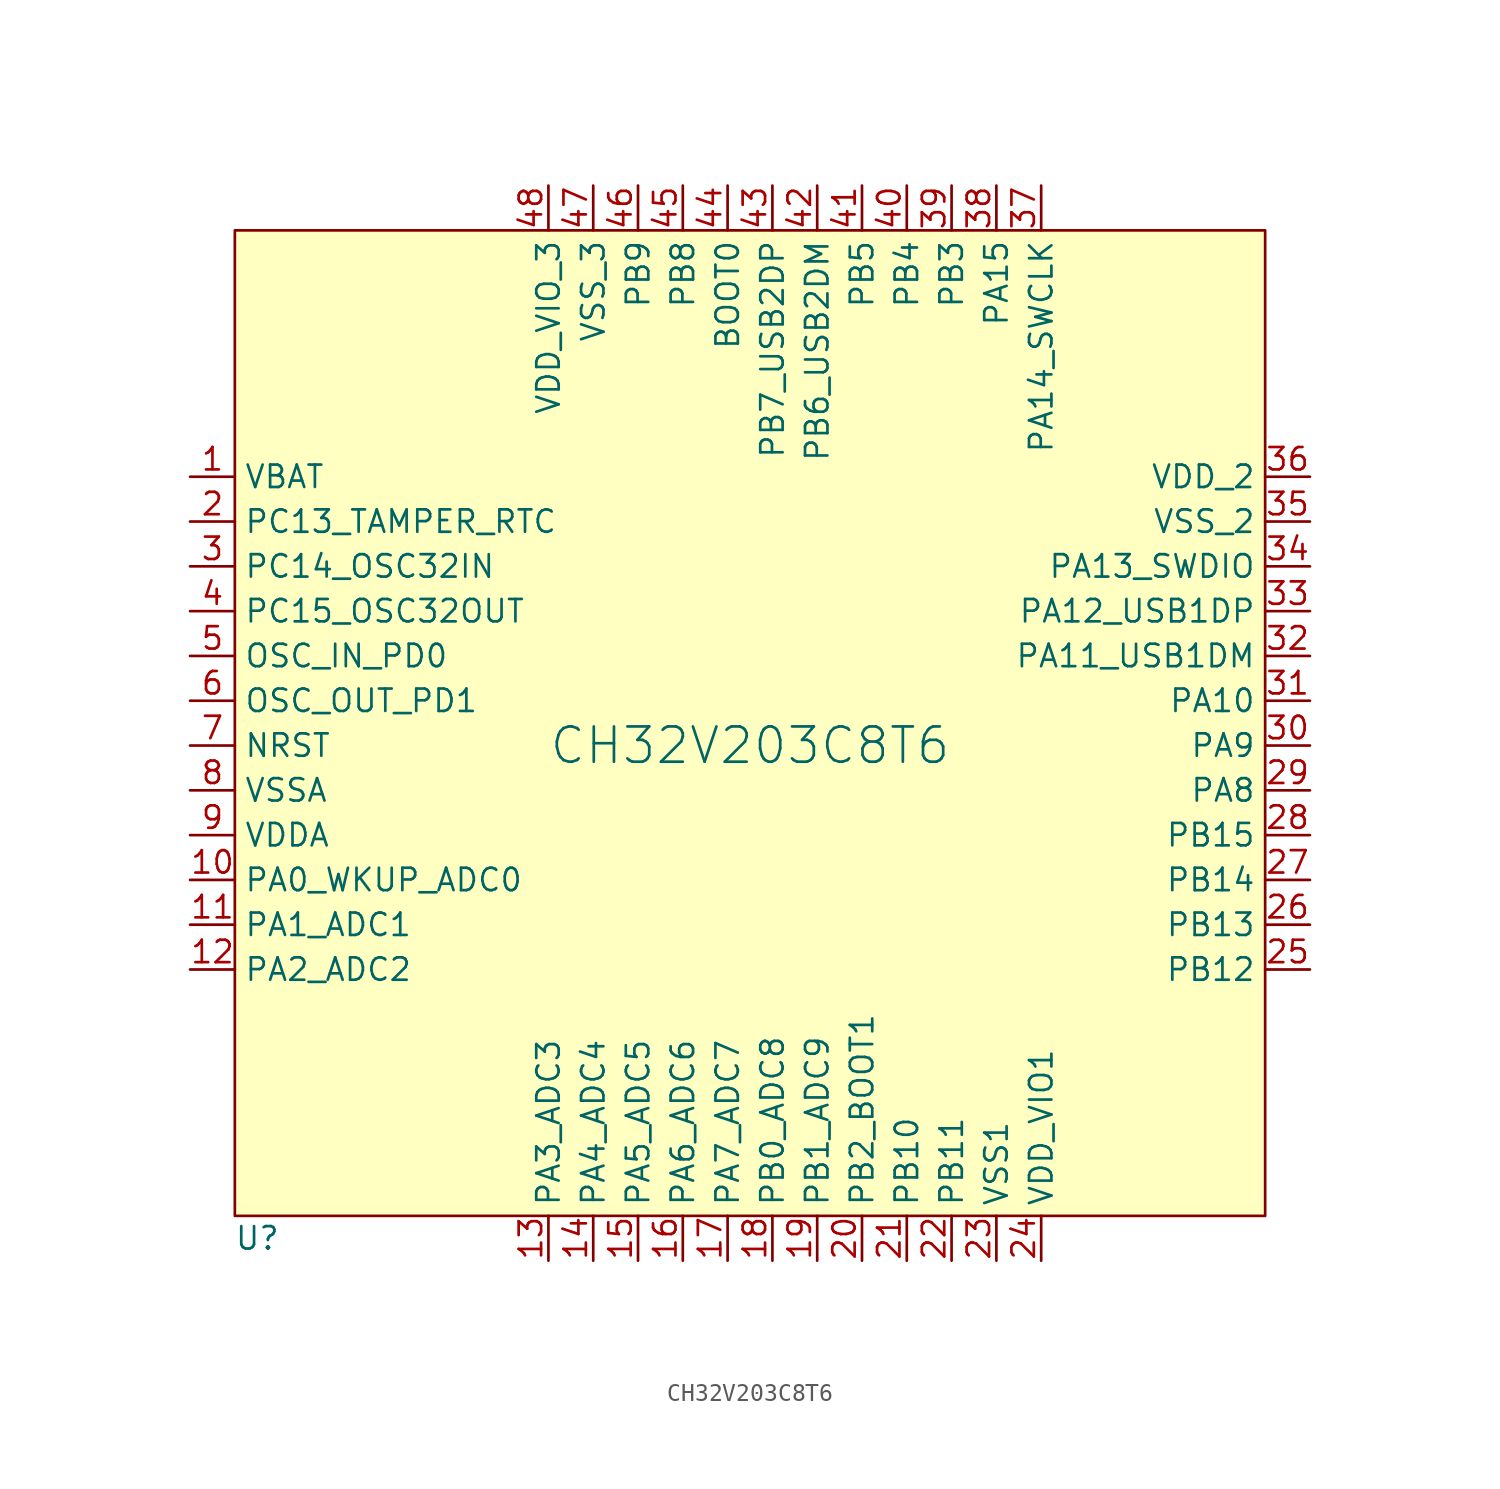
<source format=kicad_sym>
(kicad_symbol_lib
  (version 20211014)
  (generator kicad_symbol_editor)
  (symbol "CH32V203C8T6"
    (property "Reference" "U"
      (at 1.27 -1.27 0)
      (effects (font (size 1.27 1.27))))
    (property "Value" "CH32V203C8T6"
      (at 29.21 26.67 0)
      (effects (font (size 2 2))))
    (symbol "CH32V203C8T6_0_1"
      (rectangle (start 0 0) (end 58.42 55.88) (stroke (width 0) (type default) (color 0 0 0 0)) (fill (type background))))
    (symbol "CH32V203C8T6_1_1"
      (pin power_in line (at -2.54 41.91 0) (length 2.54) (name "VBAT" (effects (font (size 1.27 1.27)))) (number "1" (effects (font (size 1.27 1.27)))))
      (pin bidirectional line (at -2.54 19.05 0) (length 2.54) (name "PA0_WKUP_ADC0" (effects (font (size 1.27 1.27)))) (number "10" (effects (font (size 1.27 1.27)))))
      (pin bidirectional line (at -2.54 16.51 0) (length 2.54) (name "PA1_ADC1" (effects (font (size 1.27 1.27)))) (number "11" (effects (font (size 1.27 1.27)))))
      (pin bidirectional line (at -2.54 13.97 0) (length 2.54) (name "PA2_ADC2" (effects (font (size 1.27 1.27)))) (number "12" (effects (font (size 1.27 1.27)))))
      (pin bidirectional line (at 17.78 -2.54 90) (length 2.54) (name "PA3_ADC3" (effects (font (size 1.27 1.27)))) (number "13" (effects (font (size 1.27 1.27)))))
      (pin bidirectional line (at 20.32 -2.54 90) (length 2.54) (name "PA4_ADC4" (effects (font (size 1.27 1.27)))) (number "14" (effects (font (size 1.27 1.27)))))
      (pin bidirectional line (at 22.86 -2.54 90) (length 2.54) (name "PA5_ADC5" (effects (font (size 1.27 1.27)))) (number "15" (effects (font (size 1.27 1.27)))))
      (pin bidirectional line (at 25.4 -2.54 90) (length 2.54) (name "PA6_ADC6" (effects (font (size 1.27 1.27)))) (number "16" (effects (font (size 1.27 1.27)))))
      (pin bidirectional line (at 27.94 -2.54 90) (length 2.54) (name "PA7_ADC7" (effects (font (size 1.27 1.27)))) (number "17" (effects (font (size 1.27 1.27)))))
      (pin bidirectional line (at 30.48 -2.54 90) (length 2.54) (name "PB0_ADC8" (effects (font (size 1.27 1.27)))) (number "18" (effects (font (size 1.27 1.27)))))
      (pin bidirectional line (at 33.02 -2.54 90) (length 2.54) (name "PB1_ADC9" (effects (font (size 1.27 1.27)))) (number "19" (effects (font (size 1.27 1.27)))))
      (pin bidirectional line (at -2.54 39.37 0) (length 2.54) (name "PC13_TAMPER_RTC" (effects (font (size 1.27 1.27)))) (number "2" (effects (font (size 1.27 1.27)))))
      (pin bidirectional line (at 35.56 -2.54 90) (length 2.54) (name "PB2_BOOT1" (effects (font (size 1.27 1.27)))) (number "20" (effects (font (size 1.27 1.27)))))
      (pin bidirectional line (at 38.1 -2.54 90) (length 2.54) (name "PB10" (effects (font (size 1.27 1.27)))) (number "21" (effects (font (size 1.27 1.27)))))
      (pin bidirectional line (at 40.64 -2.54 90) (length 2.54) (name "PB11" (effects (font (size 1.27 1.27)))) (number "22" (effects (font (size 1.27 1.27)))))
      (pin power_in line (at 43.18 -2.54 90) (length 2.54) (name "VSS1" (effects (font (size 1.27 1.27)))) (number "23" (effects (font (size 1.27 1.27)))))
      (pin power_in line (at 45.72 -2.54 90) (length 2.54) (name "VDD_VIO1" (effects (font (size 1.27 1.27)))) (number "24" (effects (font (size 1.27 1.27)))))
      (pin bidirectional line (at 60.96 13.97 180) (length 2.54) (name "PB12" (effects (font (size 1.27 1.27)))) (number "25" (effects (font (size 1.27 1.27)))))
      (pin bidirectional line (at 60.96 16.51 180) (length 2.54) (name "PB13" (effects (font (size 1.27 1.27)))) (number "26" (effects (font (size 1.27 1.27)))))
      (pin bidirectional line (at 60.96 19.05 180) (length 2.54) (name "PB14" (effects (font (size 1.27 1.27)))) (number "27" (effects (font (size 1.27 1.27)))))
      (pin bidirectional line (at 60.96 21.59 180) (length 2.54) (name "PB15" (effects (font (size 1.27 1.27)))) (number "28" (effects (font (size 1.27 1.27)))))
      (pin bidirectional line (at 60.96 24.13 180) (length 2.54) (name "PA8" (effects (font (size 1.27 1.27)))) (number "29" (effects (font (size 1.27 1.27)))))
      (pin bidirectional line (at -2.54 36.83 0) (length 2.54) (name "PC14_OSC32IN" (effects (font (size 1.27 1.27)))) (number "3" (effects (font (size 1.27 1.27)))))
      (pin bidirectional line (at 60.96 26.67 180) (length 2.54) (name "PA9" (effects (font (size 1.27 1.27)))) (number "30" (effects (font (size 1.27 1.27)))))
      (pin bidirectional line (at 60.96 29.21 180) (length 2.54) (name "PA10" (effects (font (size 1.27 1.27)))) (number "31" (effects (font (size 1.27 1.27)))))
      (pin bidirectional line (at 60.96 31.75 180) (length 2.54) (name "PA11_USB1DM" (effects (font (size 1.27 1.27)))) (number "32" (effects (font (size 1.27 1.27)))))
      (pin bidirectional line (at 60.96 34.29 180) (length 2.54) (name "PA12_USB1DP" (effects (font (size 1.27 1.27)))) (number "33" (effects (font (size 1.27 1.27)))))
      (pin bidirectional line (at 60.96 36.83 180) (length 2.54) (name "PA13_SWDIO" (effects (font (size 1.27 1.27)))) (number "34" (effects (font (size 1.27 1.27)))))
      (pin power_in line (at 60.96 39.37 180) (length 2.54) (name "VSS_2" (effects (font (size 1.27 1.27)))) (number "35" (effects (font (size 1.27 1.27)))))
      (pin power_in line (at 60.96 41.91 180) (length 2.54) (name "VDD_2" (effects (font (size 1.27 1.27)))) (number "36" (effects (font (size 1.27 1.27)))))
      (pin bidirectional line (at 45.72 58.42 270) (length 2.54) (name "PA14_SWCLK" (effects (font (size 1.27 1.27)))) (number "37" (effects (font (size 1.27 1.27)))))
      (pin bidirectional line (at 43.18 58.42 270) (length 2.54) (name "PA15" (effects (font (size 1.27 1.27)))) (number "38" (effects (font (size 1.27 1.27)))))
      (pin bidirectional line (at 40.64 58.42 270) (length 2.54) (name "PB3" (effects (font (size 1.27 1.27)))) (number "39" (effects (font (size 1.27 1.27)))))
      (pin bidirectional line (at -2.54 34.29 0) (length 2.54) (name "PC15_OSC32OUT" (effects (font (size 1.27 1.27)))) (number "4" (effects (font (size 1.27 1.27)))))
      (pin bidirectional line (at 38.1 58.42 270) (length 2.54) (name "PB4" (effects (font (size 1.27 1.27)))) (number "40" (effects (font (size 1.27 1.27)))))
      (pin bidirectional line (at 35.56 58.42 270) (length 2.54) (name "PB5" (effects (font (size 1.27 1.27)))) (number "41" (effects (font (size 1.27 1.27)))))
      (pin bidirectional line (at 33.02 58.42 270) (length 2.54) (name "PB6_USB2DM" (effects (font (size 1.27 1.27)))) (number "42" (effects (font (size 1.27 1.27)))))
      (pin bidirectional line (at 30.48 58.42 270) (length 2.54) (name "PB7_USB2DP" (effects (font (size 1.27 1.27)))) (number "43" (effects (font (size 1.27 1.27)))))
      (pin bidirectional line (at 27.94 58.42 270) (length 2.54) (name "BOOT0" (effects (font (size 1.27 1.27)))) (number "44" (effects (font (size 1.27 1.27)))))
      (pin bidirectional line (at 25.4 58.42 270) (length 2.54) (name "PB8" (effects (font (size 1.27 1.27)))) (number "45" (effects (font (size 1.27 1.27)))))
      (pin bidirectional line (at 22.86 58.42 270) (length 2.54) (name "PB9" (effects (font (size 1.27 1.27)))) (number "46" (effects (font (size 1.27 1.27)))))
      (pin power_in line (at 20.32 58.42 270) (length 2.54) (name "VSS_3" (effects (font (size 1.27 1.27)))) (number "47" (effects (font (size 1.27 1.27)))))
      (pin power_in line (at 17.78 58.42 270) (length 2.54) (name "VDD_VIO_3" (effects (font (size 1.27 1.27)))) (number "48" (effects (font (size 1.27 1.27)))))
      (pin bidirectional line (at -2.54 31.75 0) (length 2.54) (name "OSC_IN_PD0" (effects (font (size 1.27 1.27)))) (number "5" (effects (font (size 1.27 1.27)))))
      (pin bidirectional line (at -2.54 29.21 0) (length 2.54) (name "OSC_OUT_PD1" (effects (font (size 1.27 1.27)))) (number "6" (effects (font (size 1.27 1.27)))))
      (pin bidirectional line (at -2.54 26.67 0) (length 2.54) (name "NRST" (effects (font (size 1.27 1.27)))) (number "7" (effects (font (size 1.27 1.27)))))
      (pin power_in line (at -2.54 24.13 0) (length 2.54) (name "VSSA" (effects (font (size 1.27 1.27)))) (number "8" (effects (font (size 1.27 1.27)))))
      (pin power_in line (at -2.54 21.59 0) (length 2.54) (name "VDDA" (effects (font (size 1.27 1.27)))) (number "9" (effects (font (size 1.27 1.27))))))))
</source>
